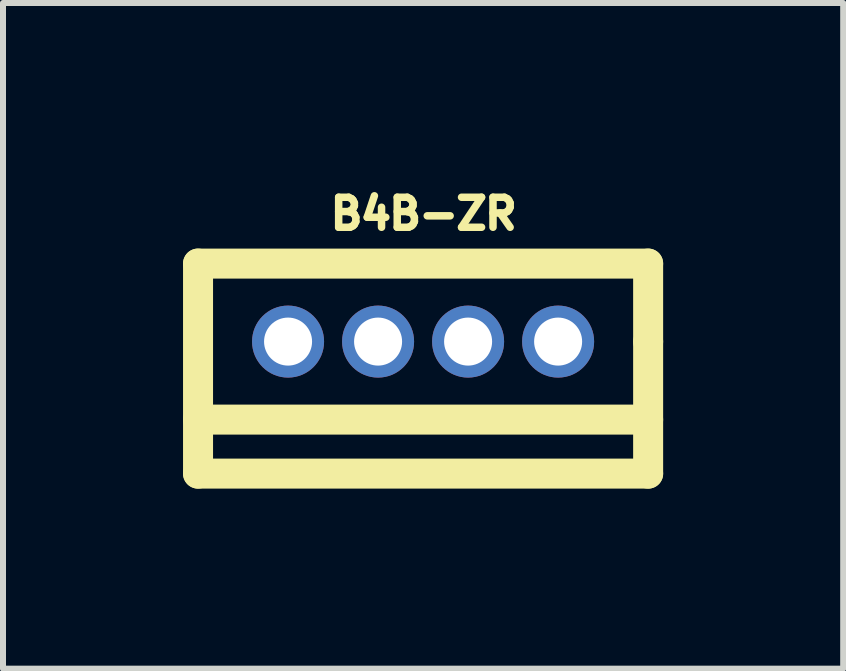
<source format=kicad_pcb>
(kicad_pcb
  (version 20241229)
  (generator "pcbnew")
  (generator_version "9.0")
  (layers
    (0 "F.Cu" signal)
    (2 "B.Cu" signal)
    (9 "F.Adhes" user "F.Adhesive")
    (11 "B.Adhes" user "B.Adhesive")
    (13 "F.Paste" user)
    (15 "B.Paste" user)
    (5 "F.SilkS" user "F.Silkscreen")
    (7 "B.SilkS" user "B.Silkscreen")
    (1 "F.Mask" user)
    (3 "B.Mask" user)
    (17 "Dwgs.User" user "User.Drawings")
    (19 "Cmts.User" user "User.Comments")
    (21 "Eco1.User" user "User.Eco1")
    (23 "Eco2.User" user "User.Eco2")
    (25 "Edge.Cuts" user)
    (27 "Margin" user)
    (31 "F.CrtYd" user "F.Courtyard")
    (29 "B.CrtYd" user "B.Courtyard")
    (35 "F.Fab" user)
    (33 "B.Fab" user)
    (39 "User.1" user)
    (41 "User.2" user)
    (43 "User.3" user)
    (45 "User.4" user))
  (footprint "B4B-ZR"
    (layer "F.Cu")
    (at 4 2.642)
    (property "Reference" "B4B-ZR" (at 0.01 -2.13 0) (layer "F.SilkS") (effects (font (size 0.5 0.5) (thickness 0.125))))
    (attr through_hole)
    (fp_line (start -3.75 -1.3) (end 3.75 -1.3) (stroke (width 0.5) (type solid)) (layer "F.SilkS"))
    (fp_line (start -3.75 1.3) (end 3.75 1.3) (stroke (width 0.5) (type solid)) (layer "F.SilkS"))
    (fp_line (start -3.75 2.2) (end -3.75 -1.3) (stroke (width 0.5) (type solid)) (layer "F.SilkS"))
    (fp_line (start 3.75 -1.3) (end 3.75 0) (stroke (width 0.5) (type solid)) (layer "F.SilkS"))
    (fp_line (start 3.75 0) (end 3.75 2.2) (stroke (width 0.5) (type solid)) (layer "F.SilkS"))
    (fp_line (start 3.75 2.2) (end -3.75 2.2) (stroke (width 0.5) (type solid)) (layer "F.SilkS"))
    (pad "1" thru_hole circle (at -2.25 0) (size 1.2 1.2) (drill 0.8) (layers "*.Cu" "*.Mask"))
    (pad "2" thru_hole circle (at -0.75 0) (size 1.2 1.2) (drill 0.8) (layers "*.Cu" "*.Mask"))
    (pad "3" thru_hole circle (at 0.75 0) (size 1.2 1.2) (drill 0.8) (layers "*.Cu" "*.Mask"))
    (pad "4" thru_hole circle (at 2.25 0) (size 1.2 1.2) (drill 0.8) (layers "*.Cu" "*.Mask")))
  (gr_rect
    (start -3 -3)
    (end 11 8.092)
    (stroke (width 0.1) (type default))
    (fill no)
    (layer "Edge.Cuts")))
</source>
